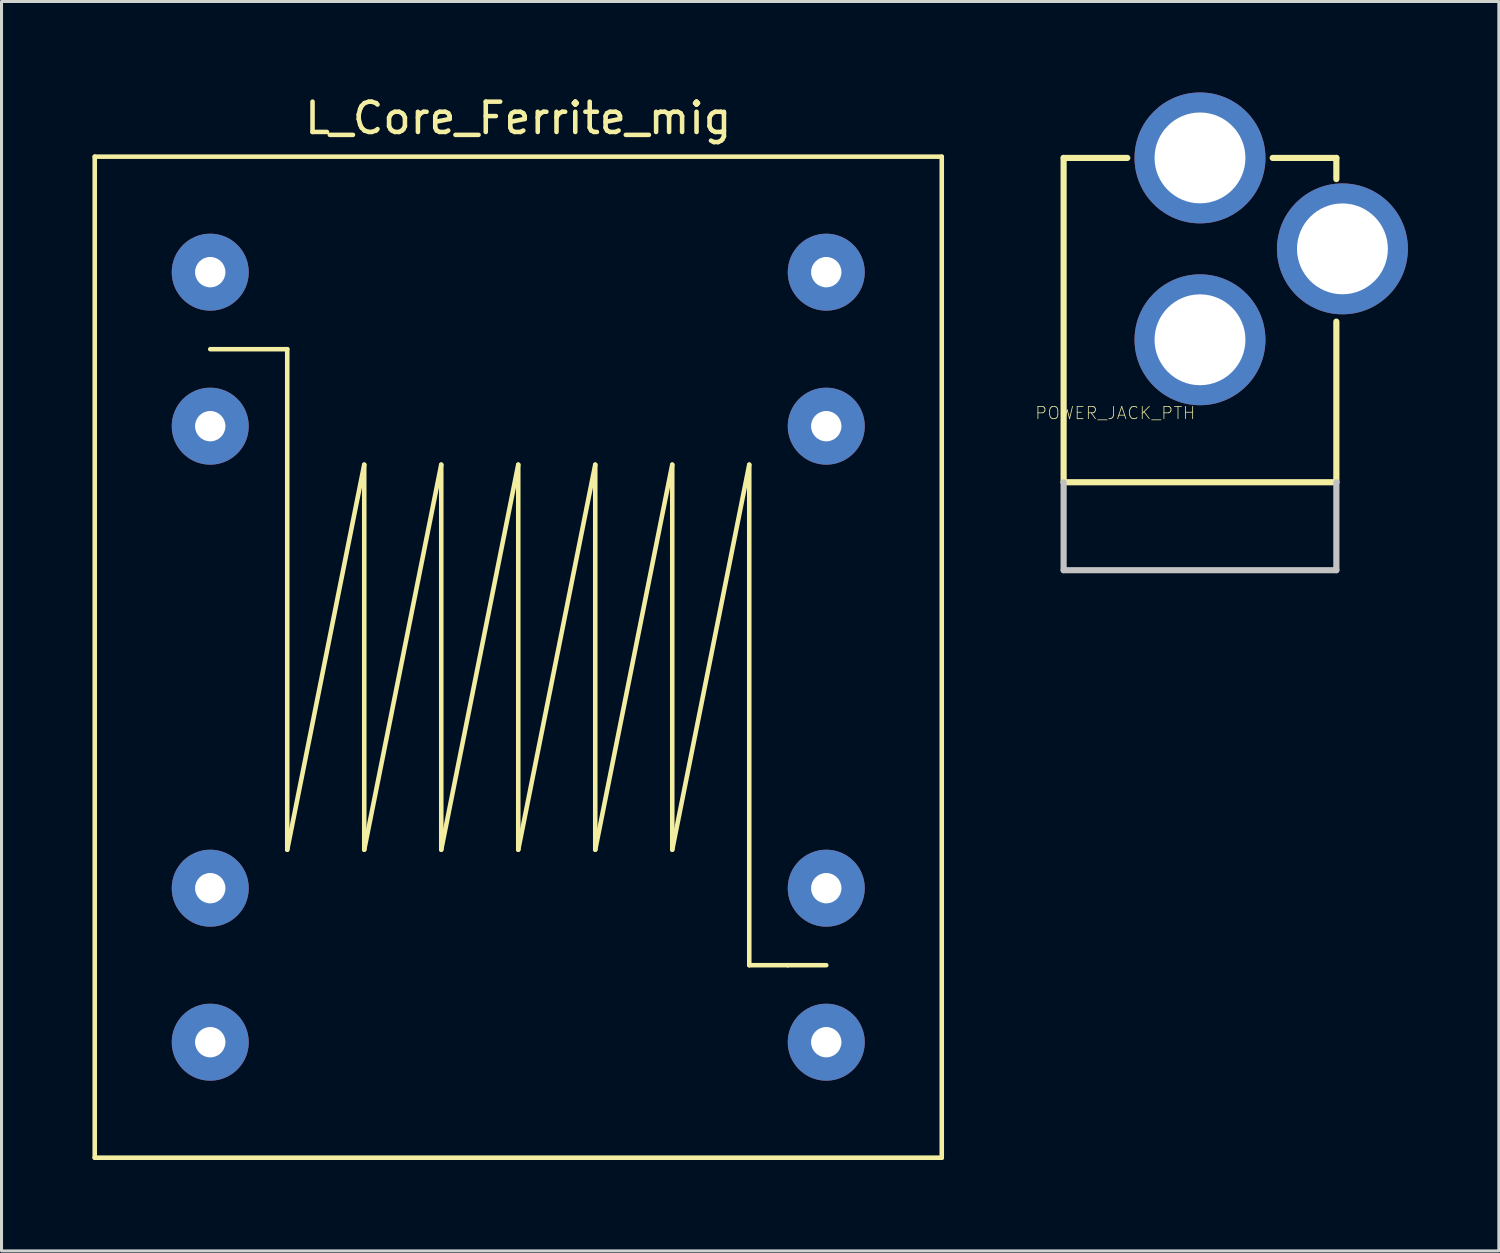
<source format=kicad_pcb>
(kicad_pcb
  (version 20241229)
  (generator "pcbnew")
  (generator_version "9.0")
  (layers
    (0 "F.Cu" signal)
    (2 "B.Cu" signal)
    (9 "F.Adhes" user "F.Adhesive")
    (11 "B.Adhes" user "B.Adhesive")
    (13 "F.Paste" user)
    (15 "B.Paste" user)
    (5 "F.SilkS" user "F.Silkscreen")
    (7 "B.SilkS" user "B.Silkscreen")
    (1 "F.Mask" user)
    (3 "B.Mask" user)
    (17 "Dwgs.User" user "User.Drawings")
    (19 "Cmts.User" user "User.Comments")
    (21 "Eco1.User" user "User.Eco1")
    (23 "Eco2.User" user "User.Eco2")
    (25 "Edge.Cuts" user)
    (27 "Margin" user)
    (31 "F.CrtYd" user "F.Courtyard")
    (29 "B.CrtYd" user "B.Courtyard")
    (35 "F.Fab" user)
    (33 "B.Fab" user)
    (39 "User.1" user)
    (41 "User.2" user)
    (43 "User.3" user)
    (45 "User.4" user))
  (footprint "L_Core_Ferrite_mig"
    (layer "F.Cu")
    (at 14.045 18.628)
    (property "Reference" "L_Core_Ferrite_mig" (at 0 -17.78 0) (layer "F.SilkS") (effects (font (size 1 1) (thickness 0.15))))
    (attr through_hole)
    (fp_line (start -13.97 -16.51) (end -13.97 16.51) (stroke (width 0.15) (type solid)) (layer "F.SilkS"))
    (fp_line (start -13.97 16.51) (end 13.97 16.51) (stroke (width 0.15) (type solid)) (layer "F.SilkS"))
    (fp_line (start -7.62 -10.16) (end -10.16 -10.16) (stroke (width 0.15) (type solid)) (layer "F.SilkS"))
    (fp_line (start -7.62 -10.16) (end -7.62 6.35) (stroke (width 0.15) (type solid)) (layer "F.SilkS"))
    (fp_line (start -7.62 6.35) (end -5.08 -6.35) (stroke (width 0.15) (type solid)) (layer "F.SilkS"))
    (fp_line (start -5.08 -6.35) (end -5.08 6.35) (stroke (width 0.15) (type solid)) (layer "F.SilkS"))
    (fp_line (start -5.08 6.35) (end -2.54 -6.35) (stroke (width 0.15) (type solid)) (layer "F.SilkS"))
    (fp_line (start -2.54 -6.35) (end -2.54 6.35) (stroke (width 0.15) (type solid)) (layer "F.SilkS"))
    (fp_line (start -2.54 6.35) (end 0 -6.35) (stroke (width 0.15) (type solid)) (layer "F.SilkS"))
    (fp_line (start 0 -6.35) (end 0 6.35) (stroke (width 0.15) (type solid)) (layer "F.SilkS"))
    (fp_line (start 0 6.35) (end 2.54 -6.35) (stroke (width 0.15) (type solid)) (layer "F.SilkS"))
    (fp_line (start 2.54 -6.35) (end 2.54 6.35) (stroke (width 0.15) (type solid)) (layer "F.SilkS"))
    (fp_line (start 2.54 6.35) (end 5.08 -6.35) (stroke (width 0.15) (type solid)) (layer "F.SilkS"))
    (fp_line (start 5.08 -6.35) (end 5.08 6.35) (stroke (width 0.15) (type solid)) (layer "F.SilkS"))
    (fp_line (start 5.08 6.35) (end 7.62 -6.35) (stroke (width 0.15) (type solid)) (layer "F.SilkS"))
    (fp_line (start 7.62 -6.35) (end 7.62 10.16) (stroke (width 0.15) (type solid)) (layer "F.SilkS"))
    (fp_line (start 7.62 10.16) (end 8.89 10.16) (stroke (width 0.15) (type solid)) (layer "F.SilkS"))
    (fp_line (start 8.89 10.16) (end 10.16 10.16) (stroke (width 0.15) (type solid)) (layer "F.SilkS"))
    (fp_line (start 13.97 -16.51) (end -13.97 -16.51) (stroke (width 0.15) (type solid)) (layer "F.SilkS"))
    (fp_line (start 13.97 16.51) (end 13.97 -16.51) (stroke (width 0.15) (type solid)) (layer "F.SilkS"))
    (pad "1" thru_hole circle (at -10.16 -12.7 270) (size 2.54 2.54) (drill 1.001) (layers "*.Cu" "*.Mask"))
    (pad "2" thru_hole circle (at -10.16 -7.62 270) (size 2.54 2.54) (drill 1.001) (layers "*.Cu" "*.Mask"))
    (pad "3" thru_hole circle (at -10.16 7.62 270) (size 2.54 2.54) (drill 1.001) (layers "*.Cu" "*.Mask"))
    (pad "4" thru_hole circle (at -10.16 12.7 270) (size 2.54 2.54) (drill 1.001) (layers "*.Cu" "*.Mask"))
    (pad "5" thru_hole circle (at 10.16 12.7 270) (size 2.54 2.54) (drill 1.001) (layers "*.Cu" "*.Mask"))
    (pad "6" thru_hole circle (at 10.16 7.62 270) (size 2.54 2.54) (drill 1.001) (layers "*.Cu" "*.Mask"))
    (pad "7" thru_hole circle (at 10.16 -7.62 270) (size 2.54 2.54) (drill 1.001) (layers "*.Cu" "*.Mask"))
    (pad "8" thru_hole circle (at 10.16 -12.7 270) (size 2.54 2.54) (drill 1.001) (layers "*.Cu" "*.Mask")))
  (footprint "POWER_JACK_PTH"
    (layer "F.Cu")
    (at 36.533 15.857)
    (property "Reference" "POWER_JACK_PTH" (at -2.794 -5.283 0) (layer "F.SilkS") (effects (font (size 0.406 0.406) (thickness 0.025))))
    (attr exclude_from_pos_files exclude_from_bom)
    (fp_line (start -4.498 -13.698) (end -2.398 -13.698) (stroke (width 0.203) (type solid)) (layer "F.SilkS"))
    (fp_line (start -4.498 -3) (end -4.498 -13.698) (stroke (width 0.203) (type solid)) (layer "F.SilkS"))
    (fp_line (start -4.498 -3) (end 4.498 -3) (stroke (width 0.203) (type solid)) (layer "F.SilkS"))
    (fp_line (start 4.498 -13.698) (end 2.398 -13.698) (stroke (width 0.203) (type solid)) (layer "F.SilkS"))
    (fp_line (start 4.498 -13.698) (end 4.498 -13) (stroke (width 0.203) (type solid)) (layer "F.SilkS"))
    (fp_line (start 4.498 -3) (end 4.498 -8.298) (stroke (width 0.203) (type solid)) (layer "F.SilkS"))
    (fp_line (start -4.498 -3) (end -4.498 -0.099) (stroke (width 0.203) (type solid)) (layer "Dwgs.User"))
    (fp_line (start 4.498 -0.099) (end -4.498 -0.099) (stroke (width 0.203) (type solid)) (layer "Dwgs.User"))
    (fp_line (start 4.498 -0.099) (end 4.498 -3) (stroke (width 0.203) (type solid)) (layer "Dwgs.User"))
    (pad "1" thru_hole circle (at 0 -13.698) (size 4.318 4.318) (drill 2.997) (layers "*.Cu" "*.Paste" "*.Mask"))
    (pad "2" thru_hole circle (at 0 -7.699) (size 4.318 4.318) (drill 2.997) (layers "*.Cu" "*.Paste" "*.Mask"))
    (pad "3" thru_hole circle (at 4.699 -10.698) (size 4.318 4.318) (drill 2.997) (layers "*.Cu" "*.Paste" "*.Mask")))
  (gr_rect
    (start -3 -3)
    (end 46.391 38.213)
    (stroke (width 0.1) (type default))
    (fill no)
    (layer "Edge.Cuts")))
</source>
